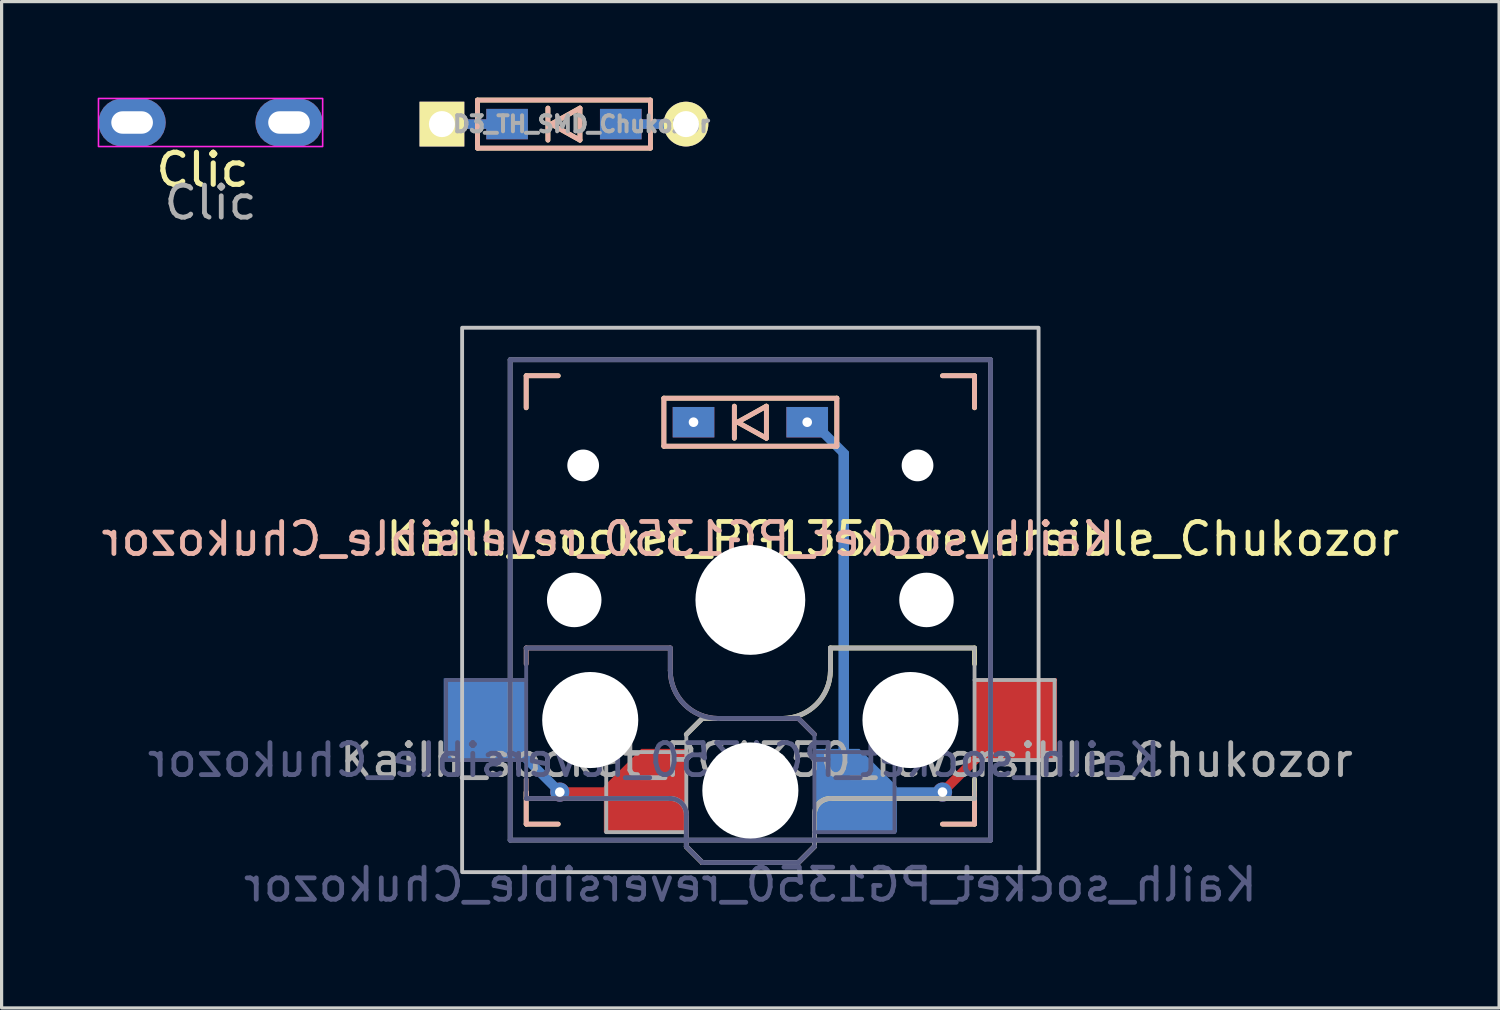
<source format=kicad_pcb>
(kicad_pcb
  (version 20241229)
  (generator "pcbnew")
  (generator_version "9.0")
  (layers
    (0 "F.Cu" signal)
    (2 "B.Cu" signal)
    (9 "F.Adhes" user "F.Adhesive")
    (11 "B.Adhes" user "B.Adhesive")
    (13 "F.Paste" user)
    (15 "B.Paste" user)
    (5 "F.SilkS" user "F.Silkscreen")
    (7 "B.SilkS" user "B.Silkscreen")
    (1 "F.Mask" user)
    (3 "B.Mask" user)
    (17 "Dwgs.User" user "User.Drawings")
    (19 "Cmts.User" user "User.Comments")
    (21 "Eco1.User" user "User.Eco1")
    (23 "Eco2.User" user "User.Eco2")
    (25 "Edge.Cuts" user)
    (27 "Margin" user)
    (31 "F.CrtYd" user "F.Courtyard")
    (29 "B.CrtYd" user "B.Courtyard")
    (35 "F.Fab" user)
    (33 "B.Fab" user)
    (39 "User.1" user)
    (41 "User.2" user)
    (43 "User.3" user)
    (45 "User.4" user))
  (footprint "Clic"
    (layer "F.Cu")
    (at 3.525 0.775)
    (property "Reference" "Clic" (at -0.25 1.475 0) (unlocked yes) (layer "F.SilkS") (effects (font (size 1 1) (thickness 0.16))))
    (attr through_hole)
    (fp_rect (start -3.5 -0.75) (end 3.5 0.75) (stroke (width 0.05) (type default)) (fill no) (layer "F.CrtYd"))
    (fp_text user "${REFERENCE}" (at 0 2.5 0) (unlocked yes) (layer "F.Fab") (effects (font (size 1 1) (thickness 0.15))))
    (pad "1" thru_hole roundrect (at -2.45 0) (size 2.1 1.5) (drill oval 1.3 0.7) (layers "*.Cu" "*.Mask") (roundrect_rratio 0.5))
    (pad "2" thru_hole roundrect (at 2.45 0) (size 2.1 1.5) (drill oval 1.3 0.7) (layers "*.Cu" "*.Mask") (roundrect_rratio 0.5)))
  (footprint "Kailh_socket_PG1350_reversible_Chukozor"
    (layer "F.Cu")
    (at 20.38 15.683)
    (property "Reference" "Kailh_socket_PG1350_reversible_Chukozor" (at 4.445 -1.905 0) (layer "F.SilkS") (effects (font (size 1 1) (thickness 0.15))))
    (property "Value" "Kailh_socket_PG1350_reversible_Chukozor" (at 0 8.89 0) (layer "F.Fab") (hide yes) (effects (font (size 1 1) (thickness 0.15))))
    (attr smd)
    (fp_line (start -7 -7) (end -6 -7) (stroke (width 0.15) (type solid)) (layer "F.SilkS"))
    (fp_line (start -7 -6) (end -7 -7) (stroke (width 0.15) (type solid)) (layer "F.SilkS"))
    (fp_line (start -7 7) (end -7 6) (stroke (width 0.15) (type solid)) (layer "F.SilkS"))
    (fp_line (start -6 7) (end -7 7) (stroke (width 0.15) (type solid)) (layer "F.SilkS"))
    (fp_line (start -2.7 -6.3) (end -2.7 -4.8) (stroke (width 0.15) (type solid)) (layer "F.SilkS"))
    (fp_line (start -2.7 -4.8) (end 2.7 -4.8) (stroke (width 0.15) (type solid)) (layer "F.SilkS"))
    (fp_line (start -2 4.2) (end -1.5 3.7) (stroke (width 0.15) (type solid)) (layer "F.SilkS"))
    (fp_line (start -2 7.7) (end -1.5 8.2) (stroke (width 0.15) (type solid)) (layer "F.SilkS"))
    (fp_line (start -1.5 3.7) (end 1 3.7) (stroke (width 0.15) (type solid)) (layer "F.SilkS"))
    (fp_line (start -1.5 8.2) (end 1.5 8.2) (stroke (width 0.15) (type solid)) (layer "F.SilkS"))
    (fp_line (start -0.5 -6.05) (end -0.5 -5.05) (stroke (width 0.15) (type solid)) (layer "F.SilkS"))
    (fp_line (start -0.4 -5.55) (end 0.5 -6.05) (stroke (width 0.15) (type solid)) (layer "F.SilkS"))
    (fp_line (start 0.5 -6.05) (end 0.5 -5.05) (stroke (width 0.15) (type solid)) (layer "F.SilkS"))
    (fp_line (start 0.5 -5.05) (end -0.4 -5.55) (stroke (width 0.15) (type solid)) (layer "F.SilkS"))
    (fp_line (start 1.5 8.2) (end 2 7.7) (stroke (width 0.15) (type solid)) (layer "F.SilkS"))
    (fp_line (start 2 6.7) (end 2 7.7) (stroke (width 0.15) (type solid)) (layer "F.SilkS"))
    (fp_line (start 2.5 1.5) (end 7 1.5) (stroke (width 0.15) (type solid)) (layer "F.SilkS"))
    (fp_line (start 2.5 2.2) (end 2.5 1.5) (stroke (width 0.15) (type solid)) (layer "F.SilkS"))
    (fp_line (start 2.7 -6.3) (end -2.7 -6.3) (stroke (width 0.15) (type solid)) (layer "F.SilkS"))
    (fp_line (start 2.7 -4.8) (end 2.7 -6.3) (stroke (width 0.15) (type solid)) (layer "F.SilkS"))
    (fp_line (start 6 -7) (end 7 -7) (stroke (width 0.15) (type solid)) (layer "F.SilkS"))
    (fp_line (start 7 -7) (end 7 -6) (stroke (width 0.15) (type solid)) (layer "F.SilkS"))
    (fp_line (start 7 1.5) (end 7 2) (stroke (width 0.15) (type solid)) (layer "F.SilkS"))
    (fp_line (start 7 5.6) (end 7 6.2) (stroke (width 0.15) (type solid)) (layer "F.SilkS"))
    (fp_line (start 7 6) (end 7 7) (stroke (width 0.15) (type solid)) (layer "F.SilkS"))
    (fp_line (start 7 6.2) (end 2.5 6.2) (stroke (width 0.15) (type solid)) (layer "F.SilkS"))
    (fp_line (start 7 7) (end 6 7) (stroke (width 0.15) (type solid)) (layer "F.SilkS"))
    (fp_arc (start 2 6.7) (mid 2.146447 6.346447) (end 2.5 6.2) (stroke (width 0.15) (type solid)) (layer "F.SilkS"))
    (fp_arc (start 2.5 2.2) (mid 2.06066 3.26066) (end 1 3.7) (stroke (width 0.15) (type solid)) (layer "F.SilkS"))
    (fp_line (start -7 -7) (end -6 -7) (stroke (width 0.15) (type solid)) (layer "B.SilkS"))
    (fp_line (start -7 -6) (end -7 -7) (stroke (width 0.15) (type solid)) (layer "B.SilkS"))
    (fp_line (start -7 1.5) (end -7 2) (stroke (width 0.15) (type solid)) (layer "B.SilkS"))
    (fp_line (start -7 5.6) (end -7 6.2) (stroke (width 0.15) (type solid)) (layer "B.SilkS"))
    (fp_line (start -7 6.2) (end -2.5 6.2) (stroke (width 0.15) (type solid)) (layer "B.SilkS"))
    (fp_line (start -7 7) (end -7 6) (stroke (width 0.15) (type solid)) (layer "B.SilkS"))
    (fp_line (start -6 7) (end -7 7) (stroke (width 0.15) (type solid)) (layer "B.SilkS"))
    (fp_line (start -2.7 -6.3) (end -2.7 -4.8) (stroke (width 0.15) (type solid)) (layer "B.SilkS"))
    (fp_line (start -2.7 -4.8) (end 2.7 -4.8) (stroke (width 0.15) (type solid)) (layer "B.SilkS"))
    (fp_line (start -2.5 1.5) (end -7 1.5) (stroke (width 0.15) (type solid)) (layer "B.SilkS"))
    (fp_line (start -2.5 2.2) (end -2.5 1.5) (stroke (width 0.15) (type solid)) (layer "B.SilkS"))
    (fp_line (start -2 6.7) (end -2 7.7) (stroke (width 0.15) (type solid)) (layer "B.SilkS"))
    (fp_line (start -1.5 8.2) (end -2 7.7) (stroke (width 0.15) (type solid)) (layer "B.SilkS"))
    (fp_line (start -0.5 -6.05) (end -0.5 -5.05) (stroke (width 0.15) (type solid)) (layer "B.SilkS"))
    (fp_line (start -0.4 -5.55) (end 0.5 -6.05) (stroke (width 0.15) (type solid)) (layer "B.SilkS"))
    (fp_line (start 0.5 -6.05) (end 0.5 -5.05) (stroke (width 0.15) (type solid)) (layer "B.SilkS"))
    (fp_line (start 0.5 -5.05) (end -0.4 -5.55) (stroke (width 0.15) (type solid)) (layer "B.SilkS"))
    (fp_line (start 1.5 3.7) (end -1 3.7) (stroke (width 0.15) (type solid)) (layer "B.SilkS"))
    (fp_line (start 1.5 8.2) (end -1.5 8.2) (stroke (width 0.15) (type solid)) (layer "B.SilkS"))
    (fp_line (start 2 4.2) (end 1.5 3.7) (stroke (width 0.15) (type solid)) (layer "B.SilkS"))
    (fp_line (start 2 7.7) (end 1.5 8.2) (stroke (width 0.15) (type solid)) (layer "B.SilkS"))
    (fp_line (start 2.7 -6.3) (end -2.7 -6.3) (stroke (width 0.15) (type solid)) (layer "B.SilkS"))
    (fp_line (start 2.7 -4.8) (end 2.7 -6.3) (stroke (width 0.15) (type solid)) (layer "B.SilkS"))
    (fp_line (start 6 -7) (end 7 -7) (stroke (width 0.15) (type solid)) (layer "B.SilkS"))
    (fp_line (start 7 -7) (end 7 -6) (stroke (width 0.15) (type solid)) (layer "B.SilkS"))
    (fp_line (start 7 6) (end 7 7) (stroke (width 0.15) (type solid)) (layer "B.SilkS"))
    (fp_line (start 7 7) (end 6 7) (stroke (width 0.15) (type solid)) (layer "B.SilkS"))
    (fp_arc (start -2.5 6.2) (mid -2.146447 6.346447) (end -2 6.7) (stroke (width 0.15) (type solid)) (layer "B.SilkS"))
    (fp_arc (start -1 3.7) (mid -2.06066 3.26066) (end -2.5 2.2) (stroke (width 0.15) (type solid)) (layer "B.SilkS"))
    (fp_rect (start -9 -8.5) (end 9 8.5) (stroke (width 0.12) (type solid)) (fill no) (layer "Dwgs.User"))
    (fp_line (start -6.9 6.9) (end -6.9 -6.9) (stroke (width 0.15) (type solid)) (layer "Eco2.User"))
    (fp_line (start -6.9 6.9) (end 6.9 6.9) (stroke (width 0.15) (type solid)) (layer "Eco2.User"))
    (fp_line (start -2.6 -3.1) (end -2.6 -6.3) (stroke (width 0.15) (type solid)) (layer "Eco2.User"))
    (fp_line (start -2.6 -3.1) (end 2.6 -3.1) (stroke (width 0.15) (type solid)) (layer "Eco2.User"))
    (fp_line (start 2.6 -6.3) (end -2.6 -6.3) (stroke (width 0.15) (type solid)) (layer "Eco2.User"))
    (fp_line (start 2.6 -3.1) (end 2.6 -6.3) (stroke (width 0.15) (type solid)) (layer "Eco2.User"))
    (fp_line (start 6.9 -6.9) (end -6.9 -6.9) (stroke (width 0.15) (type solid)) (layer "Eco2.User"))
    (fp_line (start 6.9 -6.9) (end 6.9 6.9) (stroke (width 0.15) (type solid)) (layer "Eco2.User"))
    (fp_line (start -9.5 2.5) (end -7 2.5) (stroke (width 0.12) (type solid)) (layer "B.Fab"))
    (fp_line (start -9.5 5) (end -9.5 2.5) (stroke (width 0.12) (type solid)) (layer "B.Fab"))
    (fp_line (start -7.5 -7.5) (end 7.5 -7.5) (stroke (width 0.15) (type solid)) (layer "B.Fab"))
    (fp_line (start -7.5 7.5) (end -7.5 -7.5) (stroke (width 0.15) (type solid)) (layer "B.Fab"))
    (fp_line (start -7 1.5) (end -7 6.2) (stroke (width 0.12) (type solid)) (layer "B.Fab"))
    (fp_line (start -7 5) (end -9.5 5) (stroke (width 0.12) (type solid)) (layer "B.Fab"))
    (fp_line (start -7 6.2) (end -2.5 6.2) (stroke (width 0.15) (type solid)) (layer "B.Fab"))
    (fp_line (start -2.5 1.5) (end -7 1.5) (stroke (width 0.15) (type solid)) (layer "B.Fab"))
    (fp_line (start -2.5 2.2) (end -2.5 1.5) (stroke (width 0.15) (type solid)) (layer "B.Fab"))
    (fp_line (start -2 6.7) (end -2 7.7) (stroke (width 0.15) (type solid)) (layer "B.Fab"))
    (fp_line (start -1.5 8.2) (end -2 7.7) (stroke (width 0.15) (type solid)) (layer "B.Fab"))
    (fp_line (start 1.5 3.7) (end -1 3.7) (stroke (width 0.15) (type solid)) (layer "B.Fab"))
    (fp_line (start 1.5 8.2) (end -1.5 8.2) (stroke (width 0.15) (type solid)) (layer "B.Fab"))
    (fp_line (start 2 4.2) (end 1.5 3.7) (stroke (width 0.15) (type solid)) (layer "B.Fab"))
    (fp_line (start 2 4.25) (end 2 7.7) (stroke (width 0.12) (type solid)) (layer "B.Fab"))
    (fp_line (start 2 4.75) (end 4.5 4.75) (stroke (width 0.12) (type solid)) (layer "B.Fab"))
    (fp_line (start 2 7.7) (end 1.5 8.2) (stroke (width 0.15) (type solid)) (layer "B.Fab"))
    (fp_line (start 4.5 4.75) (end 4.5 7.25) (stroke (width 0.12) (type solid)) (layer "B.Fab"))
    (fp_line (start 4.5 7.25) (end 2 7.25) (stroke (width 0.12) (type solid)) (layer "B.Fab"))
    (fp_line (start 7.5 -7.5) (end 7.5 7.5) (stroke (width 0.15) (type solid)) (layer "B.Fab"))
    (fp_line (start 7.5 7.5) (end -7.5 7.5) (stroke (width 0.15) (type solid)) (layer "B.Fab"))
    (fp_arc (start -2.5 6.2) (mid -2.146447 6.346447) (end -2 6.7) (stroke (width 0.15) (type solid)) (layer "B.Fab"))
    (fp_arc (start -1 3.7) (mid -2.06066 3.26066) (end -2.5 2.2) (stroke (width 0.15) (type solid)) (layer "B.Fab"))
    (fp_line (start -7.5 -7.5) (end 7.5 -7.5) (stroke (width 0.15) (type solid)) (layer "F.Fab"))
    (fp_line (start -7.5 7.5) (end -7.5 -7.5) (stroke (width 0.15) (type solid)) (layer "F.Fab"))
    (fp_line (start -4.5 4.75) (end -4.5 7.25) (stroke (width 0.12) (type solid)) (layer "F.Fab"))
    (fp_line (start -4.5 7.25) (end -2 7.25) (stroke (width 0.12) (type solid)) (layer "F.Fab"))
    (fp_line (start -2 4.2) (end -1.5 3.7) (stroke (width 0.15) (type solid)) (layer "F.Fab"))
    (fp_line (start -2 4.25) (end -2 7.7) (stroke (width 0.12) (type solid)) (layer "F.Fab"))
    (fp_line (start -2 4.75) (end -4.5 4.75) (stroke (width 0.12) (type solid)) (layer "F.Fab"))
    (fp_line (start -2 7.7) (end -1.5 8.2) (stroke (width 0.15) (type solid)) (layer "F.Fab"))
    (fp_line (start -1.5 3.7) (end 1 3.7) (stroke (width 0.15) (type solid)) (layer "F.Fab"))
    (fp_line (start -1.5 8.2) (end 1.5 8.2) (stroke (width 0.15) (type solid)) (layer "F.Fab"))
    (fp_line (start 1.5 8.2) (end 2 7.7) (stroke (width 0.15) (type solid)) (layer "F.Fab"))
    (fp_line (start 2 6.7) (end 2 7.7) (stroke (width 0.15) (type solid)) (layer "F.Fab"))
    (fp_line (start 2.5 1.5) (end 7 1.5) (stroke (width 0.15) (type solid)) (layer "F.Fab"))
    (fp_line (start 2.5 2.2) (end 2.5 1.5) (stroke (width 0.15) (type solid)) (layer "F.Fab"))
    (fp_line (start 7 1.5) (end 7 6.2) (stroke (width 0.12) (type solid)) (layer "F.Fab"))
    (fp_line (start 7 5) (end 9.5 5) (stroke (width 0.12) (type solid)) (layer "F.Fab"))
    (fp_line (start 7 6.2) (end 2.5 6.2) (stroke (width 0.15) (type solid)) (layer "F.Fab"))
    (fp_line (start 7.5 -7.5) (end 7.5 7.5) (stroke (width 0.15) (type solid)) (layer "F.Fab"))
    (fp_line (start 7.5 7.5) (end -7.5 7.5) (stroke (width 0.15) (type solid)) (layer "F.Fab"))
    (fp_line (start 9.5 2.5) (end 7 2.5) (stroke (width 0.12) (type solid)) (layer "F.Fab"))
    (fp_line (start 9.5 5) (end 9.5 2.5) (stroke (width 0.12) (type solid)) (layer "F.Fab"))
    (fp_arc (start 2 6.7) (mid 2.146447 6.346447) (end 2.5 6.2) (stroke (width 0.15) (type solid)) (layer "F.Fab"))
    (fp_arc (start 2.5 2.2) (mid 2.06066 3.26066) (end 1 3.7) (stroke (width 0.15) (type solid)) (layer "F.Fab"))
    (fp_text user "${REFERENCE}" (at -4.445 -1.905 0) (layer "B.SilkS") (effects (font (size 1 1) (thickness 0.15)) (justify mirror)))
    (fp_text user "${VALUE}" (at 0 8.89 0) (layer "B.Fab") (effects (font (size 1 1) (thickness 0.15)) (justify mirror)))
    (fp_text user "${REFERENCE}" (at -3 5 0) (layer "B.Fab") (effects (font (size 1 1) (thickness 0.15)) (justify mirror)))
    (fp_text user "${REFERENCE}" (at 3 5 180) (layer "F.Fab") (effects (font (size 1 1) (thickness 0.15))))
    (pad "" np_thru_hole circle (at -5.5 0) (size 1.702 1.702) (drill 1.702) (layers "*.Cu" "*.Mask"))
    (pad "" np_thru_hole circle (at -5.22 -4.2) (size 0.991 0.991) (drill 0.991) (layers "*.Cu" "*.Mask"))
    (pad "" np_thru_hole circle (at -5 3.75) (size 3 3) (drill 3) (layers "*.Cu" "*.Mask"))
    (pad "" np_thru_hole circle (at 0 0) (size 3.429 3.429) (drill 3.429) (layers "*.Cu" "*.Mask"))
    (pad "" np_thru_hole circle (at 0 5.95) (size 3 3) (drill 3) (layers "*.Cu" "*.Mask"))
    (pad "" np_thru_hole circle (at 5 3.75) (size 3 3) (drill 3) (layers "*.Cu" "*.Mask"))
    (pad "" np_thru_hole circle (at 5.22 -4.2) (size 0.991 0.991) (drill 0.991) (layers "*.Cu" "*.Mask"))
    (pad "" np_thru_hole circle (at 5.5 0) (size 1.702 1.702) (drill 1.702) (layers "*.Cu" "*.Mask"))
    (pad "1" smd rect (at -8.275 3.75) (size 2.6 2.6) (layers "B.Cu" "B.Mask" "B.Paste"))
    (pad "1" smd rect (at -6.7 5.25 315) (size 1.75 0.3) (layers "B.Cu"))
    (pad "1" thru_hole circle (at -5.95 6) (size 0.6 0.6) (drill 0.3) (layers "*.Cu"))
    (pad "1" smd rect (at -5.075 6) (size 1.45 0.3) (layers "F.Cu"))
    (pad "1" smd roundrect (at -3.275 5.95) (size 2.6 2.6) (layers "F.Cu" "F.Mask" "F.Paste") (roundrect_rratio 0) (chamfer_ratio 0.45) (chamfer top_left))
    (pad "2" thru_hole circle (at 1.775 -5.55) (size 0.6 0.6) (drill 0.3) (layers "*.Cu"))
    (pad "2" smd rect (at 1.775 -5.55) (size 1.3 0.95) (layers "F.Cu" "F.Mask" "F.Paste"))
    (pad "2" smd rect (at 1.775 -5.55) (size 1.3 0.95) (layers "B.Cu" "B.Mask" "B.Paste"))
    (pad "2" smd rect (at 2.55 -4.95 315) (size 1.2 0.3) (layers "B.Cu"))
    (pad "2" smd rect (at 2.915 0.572) (size 0.33 10.407) (layers "B.Cu"))
    (pad "2" smd roundrect (at 3.275 5.95) (size 2.6 2.6) (layers "B.Cu" "B.Mask" "B.Paste") (roundrect_rratio 0) (chamfer_ratio 0.45) (chamfer top_right))
    (pad "2" smd rect (at 5.125 6) (size 1.45 0.3) (layers "B.Cu"))
    (pad "2" thru_hole circle (at 6 6) (size 0.6 0.6) (drill 0.3) (layers "*.Cu"))
    (pad "2" smd rect (at 6.75 5.25 45) (size 1.75 0.3) (layers "F.Cu"))
    (pad "2" smd rect (at 8.275 3.75) (size 2.6 2.6) (layers "F.Cu" "F.Mask" "F.Paste"))
    (pad "3" thru_hole circle (at -1.775 -5.55) (size 0.6 0.6) (drill 0.3) (layers "*.Cu"))
    (pad "3" smd rect (at -1.775 -5.55) (size 1.3 0.95) (layers "F.Cu" "F.Mask" "F.Paste"))
    (pad "3" smd rect (at -1.775 -5.55) (size 1.3 0.95) (layers "B.Cu" "B.Mask" "B.Paste")))
  (footprint "D3_TH_SMD_Chukozor"
    (layer "F.Cu")
    (at 14.559 0.825)
    (property "Reference" "D3_TH_SMD_Chukozor" (at 0.55 0 0) (layer "F.Fab") (effects (font (size 0.5 0.5) (thickness 0.125))))
    (attr through_hole)
    (fp_line (start -2.7 -0.75) (end -2.7 0.75) (stroke (width 0.15) (type solid)) (layer "F.SilkS"))
    (fp_line (start -2.7 0.75) (end 2.7 0.75) (stroke (width 0.15) (type solid)) (layer "F.SilkS"))
    (fp_line (start -0.5 -0.5) (end -0.5 0.5) (stroke (width 0.15) (type solid)) (layer "F.SilkS"))
    (fp_line (start -0.4 0) (end 0.5 -0.5) (stroke (width 0.15) (type solid)) (layer "F.SilkS"))
    (fp_line (start 0.5 -0.5) (end 0.5 0.5) (stroke (width 0.15) (type solid)) (layer "F.SilkS"))
    (fp_line (start 0.5 0.5) (end -0.4 0) (stroke (width 0.15) (type solid)) (layer "F.SilkS"))
    (fp_line (start 2.7 -0.75) (end -2.7 -0.75) (stroke (width 0.15) (type solid)) (layer "F.SilkS"))
    (fp_line (start 2.7 0.75) (end 2.7 -0.75) (stroke (width 0.15) (type solid)) (layer "F.SilkS"))
    (fp_line (start -2.7 -0.75) (end -2.7 0.75) (stroke (width 0.15) (type solid)) (layer "B.SilkS"))
    (fp_line (start -2.7 0.75) (end 2.7 0.75) (stroke (width 0.15) (type solid)) (layer "B.SilkS"))
    (fp_line (start -0.5 -0.5) (end -0.5 0.5) (stroke (width 0.15) (type solid)) (layer "B.SilkS"))
    (fp_line (start -0.4 0) (end 0.5 -0.5) (stroke (width 0.15) (type solid)) (layer "B.SilkS"))
    (fp_line (start 0.5 -0.5) (end 0.5 0.5) (stroke (width 0.15) (type solid)) (layer "B.SilkS"))
    (fp_line (start 0.5 0.5) (end -0.4 0) (stroke (width 0.15) (type solid)) (layer "B.SilkS"))
    (fp_line (start 2.7 -0.75) (end -2.7 -0.75) (stroke (width 0.15) (type solid)) (layer "B.SilkS"))
    (fp_line (start 2.7 0.75) (end 2.7 -0.75) (stroke (width 0.15) (type solid)) (layer "B.SilkS"))
    (pad "1" thru_hole rect (at -3.81 0) (size 1.397 1.397) (drill 0.813) (layers "*.Cu" "*.Mask" "F.SilkS"))
    (pad "1" smd rect (at -2.65 0) (size 1.524 0.3) (layers "F.Cu"))
    (pad "1" smd rect (at -2.65 0) (size 1.524 0.3) (layers "B.Cu"))
    (pad "1" smd rect (at -1.775 0) (size 1.3 0.95) (layers "F.Cu" "F.Mask" "F.Paste"))
    (pad "1" smd rect (at -1.775 0) (size 1.3 0.95) (layers "B.Cu" "B.Mask" "B.Paste"))
    (pad "2" smd rect (at 1.775 0) (size 1.3 0.95) (layers "F.Cu" "F.Mask" "F.Paste"))
    (pad "2" smd rect (at 1.775 0) (size 1.3 0.95) (layers "B.Cu" "B.Mask" "B.Paste"))
    (pad "2" smd rect (at 2.65 0) (size 1.524 0.3) (layers "F.Cu"))
    (pad "2" smd rect (at 2.65 0) (size 1.524 0.3) (layers "B.Cu"))
    (pad "2" thru_hole circle (at 3.81 0) (size 1.397 1.397) (drill 0.813) (layers "*.Cu" "*.Mask" "F.SilkS")))
  (gr_rect
    (start -3 -3)
    (end 43.759 28.422)
    (stroke (width 0.1) (type default))
    (fill no)
    (layer "Edge.Cuts")))
</source>
